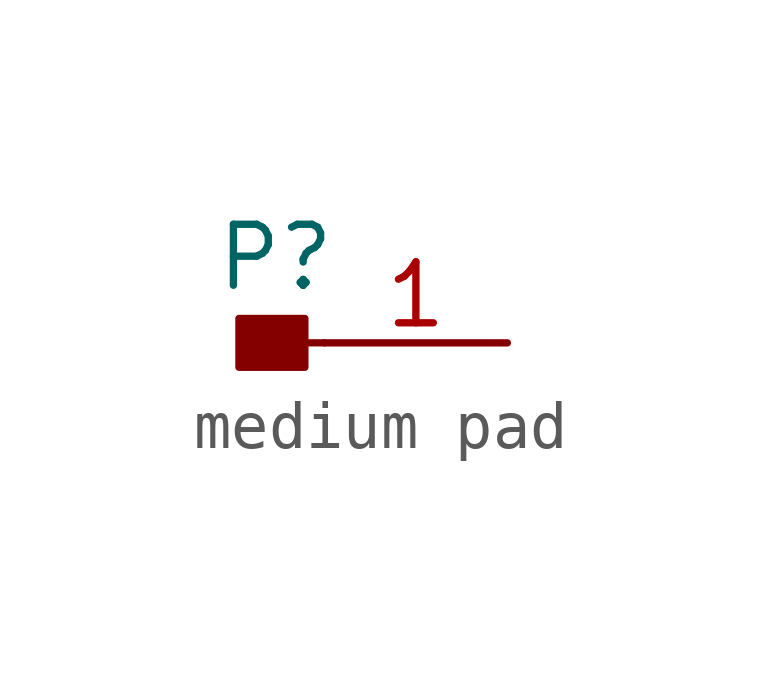
<source format=kicad_sym>
(kicad_symbol_lib
  (version 20231120)
  (generator "kicad_symbol_editor")
  (generator_version "8.0")
  (symbol "medium pad"
    (property "Reference" "P"
      (at 0.254 1.778 0)
      (effects (font (size 1.27 1.27))))
    (property "Value" ""
      (at 0 0 0)
      (effects (font (size 1.27 1.27))))
    (symbol "medium pad_1_1"
      (rectangle (start -0.508 0.508) (end 0.864 -0.508) (stroke (width 0.152) (type default)) (fill (type outline)))
      (polyline (pts (xy 1.27 0) (xy 0.864 0)) (stroke (width 0.152) (type default)) (fill (type none)))
      (pin passive line (at 5.08 0 180) (length 3.81) (name "" (effects (font (size 1.27 1.27)))) (number "1" (effects (font (size 1.27 1.27)))))
      (pin passive line (at 5.08 0 180) (length 3.81) hide (name "" (effects (font (size 1.27 1.27)))) (number "10" (effects (font (size 1.27 1.27)))))
      (pin passive line (at 5.08 0 180) (length 3.81) hide (name "" (effects (font (size 1.27 1.27)))) (number "11" (effects (font (size 1.27 1.27)))))
      (pin passive line (at 5.08 0 180) (length 3.81) hide (name "" (effects (font (size 1.27 1.27)))) (number "3" (effects (font (size 1.27 1.27)))))
      (pin passive line (at 5.08 0 180) (length 3.81) hide (name "" (effects (font (size 1.27 1.27)))) (number "4" (effects (font (size 1.27 1.27)))))
      (pin passive line (at 5.08 0 180) (length 3.81) hide (name "" (effects (font (size 1.27 1.27)))) (number "5" (effects (font (size 1.27 1.27)))))
      (pin passive line (at 5.08 0 180) (length 3.81) hide (name "" (effects (font (size 1.27 1.27)))) (number "6" (effects (font (size 1.27 1.27)))))
      (pin passive line (at 5.08 0 180) (length 3.81) hide (name "" (effects (font (size 1.27 1.27)))) (number "7" (effects (font (size 1.27 1.27)))))
      (pin passive line (at 5.08 0 180) (length 3.81) hide (name "" (effects (font (size 1.27 1.27)))) (number "8" (effects (font (size 1.27 1.27)))))
      (pin passive line (at 5.08 0 180) (length 3.81) hide (name "" (effects (font (size 1.27 1.27)))) (number "9" (effects (font (size 1.27 1.27))))))))
</source>
